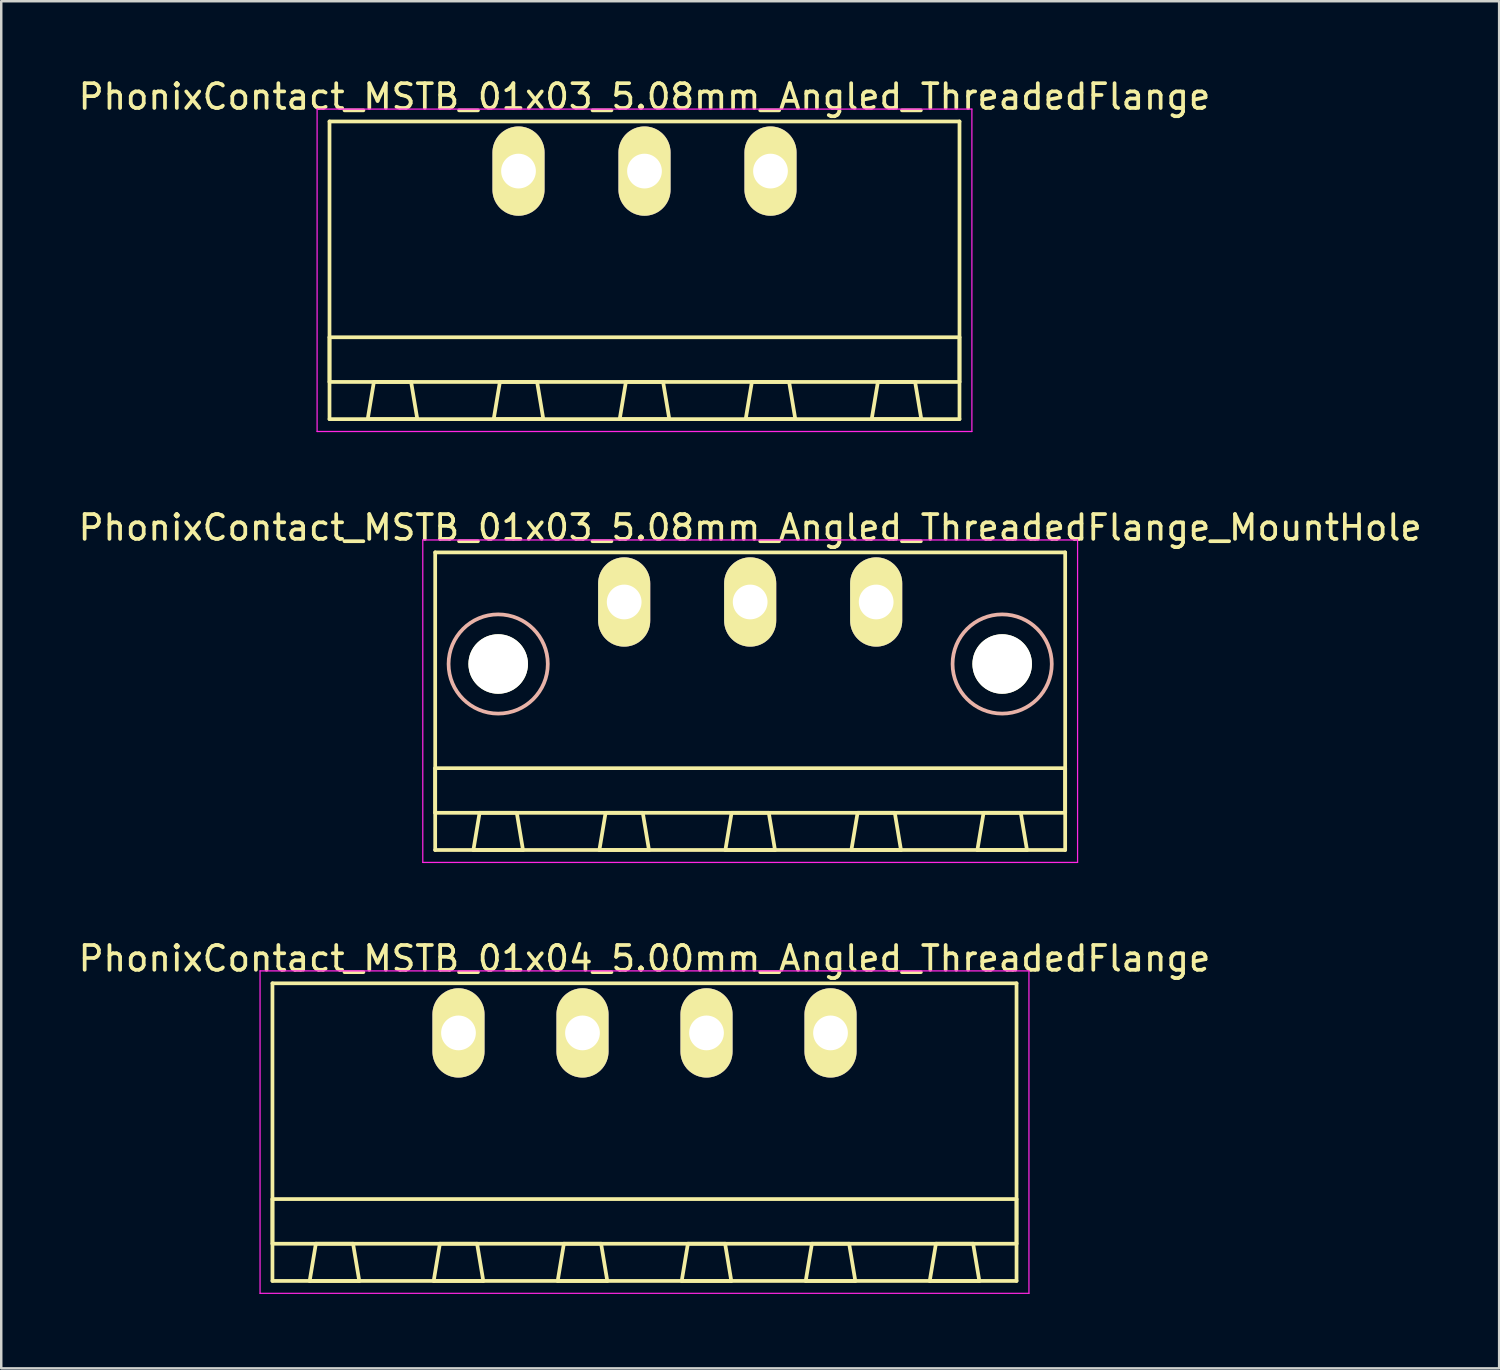
<source format=kicad_pcb>
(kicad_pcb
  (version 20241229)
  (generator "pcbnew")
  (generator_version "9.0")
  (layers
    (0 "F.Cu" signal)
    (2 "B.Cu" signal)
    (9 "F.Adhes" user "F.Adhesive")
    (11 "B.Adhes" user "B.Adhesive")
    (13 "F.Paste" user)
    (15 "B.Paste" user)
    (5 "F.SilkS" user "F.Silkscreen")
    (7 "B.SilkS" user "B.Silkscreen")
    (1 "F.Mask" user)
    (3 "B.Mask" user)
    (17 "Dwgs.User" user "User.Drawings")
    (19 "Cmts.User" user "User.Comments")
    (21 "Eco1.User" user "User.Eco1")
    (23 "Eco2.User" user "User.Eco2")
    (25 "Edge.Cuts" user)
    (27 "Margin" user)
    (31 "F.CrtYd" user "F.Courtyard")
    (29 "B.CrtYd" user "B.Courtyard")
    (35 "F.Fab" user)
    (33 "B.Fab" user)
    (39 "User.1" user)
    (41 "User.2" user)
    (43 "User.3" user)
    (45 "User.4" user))
  (footprint "PhonixContact_MSTB_01x04_5.00mm_Angled_ThreadedFlange"
    (layer "F.Cu")
    (at 15.435 38.595)
    (property "Reference" "PhonixContact_MSTB_01x04_5.00mm_Angled_ThreadedFlange" (at 7.5 -3 0) (layer "F.SilkS") (effects (font (size 1 1) (thickness 0.15))))
    (attr through_hole)
    (fp_line (start -7.5 -2) (end -7.5 10) (stroke (width 0.15) (type solid)) (layer "F.SilkS"))
    (fp_line (start -7.5 6.7) (end 22.5 6.7) (stroke (width 0.15) (type solid)) (layer "F.SilkS"))
    (fp_line (start -7.5 8.5) (end -7.5 6.7) (stroke (width 0.15) (type solid)) (layer "F.SilkS"))
    (fp_line (start -7.5 10) (end 22.5 10) (stroke (width 0.15) (type solid)) (layer "F.SilkS"))
    (fp_line (start -6 10) (end -4 10) (stroke (width 0.15) (type solid)) (layer "F.SilkS"))
    (fp_line (start -5.75 8.5) (end -6 10) (stroke (width 0.15) (type solid)) (layer "F.SilkS"))
    (fp_line (start -4.25 8.5) (end -5.75 8.5) (stroke (width 0.15) (type solid)) (layer "F.SilkS"))
    (fp_line (start -4 10) (end -4.25 8.5) (stroke (width 0.15) (type solid)) (layer "F.SilkS"))
    (fp_line (start -1 10) (end 1 10) (stroke (width 0.15) (type solid)) (layer "F.SilkS"))
    (fp_line (start -0.75 8.5) (end -1 10) (stroke (width 0.15) (type solid)) (layer "F.SilkS"))
    (fp_line (start 0.75 8.5) (end -0.75 8.5) (stroke (width 0.15) (type solid)) (layer "F.SilkS"))
    (fp_line (start 1 10) (end 0.75 8.5) (stroke (width 0.15) (type solid)) (layer "F.SilkS"))
    (fp_line (start 4 10) (end 6 10) (stroke (width 0.15) (type solid)) (layer "F.SilkS"))
    (fp_line (start 4.25 8.5) (end 4 10) (stroke (width 0.15) (type solid)) (layer "F.SilkS"))
    (fp_line (start 5.75 8.5) (end 4.25 8.5) (stroke (width 0.15) (type solid)) (layer "F.SilkS"))
    (fp_line (start 6 10) (end 5.75 8.5) (stroke (width 0.15) (type solid)) (layer "F.SilkS"))
    (fp_line (start 9 10) (end 11 10) (stroke (width 0.15) (type solid)) (layer "F.SilkS"))
    (fp_line (start 9.25 8.5) (end 9 10) (stroke (width 0.15) (type solid)) (layer "F.SilkS"))
    (fp_line (start 10.75 8.5) (end 9.25 8.5) (stroke (width 0.15) (type solid)) (layer "F.SilkS"))
    (fp_line (start 11 10) (end 10.75 8.5) (stroke (width 0.15) (type solid)) (layer "F.SilkS"))
    (fp_line (start 14 10) (end 16 10) (stroke (width 0.15) (type solid)) (layer "F.SilkS"))
    (fp_line (start 14.25 8.5) (end 14 10) (stroke (width 0.15) (type solid)) (layer "F.SilkS"))
    (fp_line (start 15.75 8.5) (end 14.25 8.5) (stroke (width 0.15) (type solid)) (layer "F.SilkS"))
    (fp_line (start 16 10) (end 15.75 8.5) (stroke (width 0.15) (type solid)) (layer "F.SilkS"))
    (fp_line (start 19 10) (end 21 10) (stroke (width 0.15) (type solid)) (layer "F.SilkS"))
    (fp_line (start 19.25 8.5) (end 19 10) (stroke (width 0.15) (type solid)) (layer "F.SilkS"))
    (fp_line (start 20.75 8.5) (end 19.25 8.5) (stroke (width 0.15) (type solid)) (layer "F.SilkS"))
    (fp_line (start 21 10) (end 20.75 8.5) (stroke (width 0.15) (type solid)) (layer "F.SilkS"))
    (fp_line (start 22.5 -2) (end -7.5 -2) (stroke (width 0.15) (type solid)) (layer "F.SilkS"))
    (fp_line (start 22.5 6.7) (end 22.5 8.5) (stroke (width 0.15) (type solid)) (layer "F.SilkS"))
    (fp_line (start 22.5 8.5) (end -7.5 8.5) (stroke (width 0.15) (type solid)) (layer "F.SilkS"))
    (fp_line (start 22.5 10) (end 22.5 -2) (stroke (width 0.15) (type solid)) (layer "F.SilkS"))
    (fp_line (start -8 -2.5) (end -8 10.5) (stroke (width 0.05) (type solid)) (layer "F.CrtYd"))
    (fp_line (start -8 10.5) (end 23 10.5) (stroke (width 0.05) (type solid)) (layer "F.CrtYd"))
    (fp_line (start 23 -2.5) (end -8 -2.5) (stroke (width 0.05) (type solid)) (layer "F.CrtYd"))
    (fp_line (start 23 10.5) (end 23 -2.5) (stroke (width 0.05) (type solid)) (layer "F.CrtYd"))
    (pad "1" thru_hole oval (at 0 0) (size 2.1 3.6) (drill 1.4) (layers "*.Cu" "*.Mask" "F.SilkS"))
    (pad "2" thru_hole oval (at 5 0) (size 2.1 3.6) (drill 1.4) (layers "*.Cu" "*.Mask" "F.SilkS"))
    (pad "3" thru_hole oval (at 10 0) (size 2.1 3.6) (drill 1.4) (layers "*.Cu" "*.Mask" "F.SilkS"))
    (pad "4" thru_hole oval (at 15 0) (size 2.1 3.6) (drill 1.4) (layers "*.Cu" "*.Mask" "F.SilkS")))
  (footprint "PhonixContact_MSTB_01x03_5.08mm_Angled_ThreadedFlange_MountHole"
    (layer "F.Cu")
    (at 22.116 21.221)
    (property "Reference" "PhonixContact_MSTB_01x03_5.08mm_Angled_ThreadedFlange_MountHole" (at 5.08 -3 0) (layer "F.SilkS") (effects (font (size 1 1) (thickness 0.15))))
    (attr through_hole)
    (fp_line (start -7.62 -2) (end -7.62 10) (stroke (width 0.15) (type solid)) (layer "F.SilkS"))
    (fp_line (start -7.62 6.7) (end 17.78 6.7) (stroke (width 0.15) (type solid)) (layer "F.SilkS"))
    (fp_line (start -7.62 8.5) (end -7.62 6.7) (stroke (width 0.15) (type solid)) (layer "F.SilkS"))
    (fp_line (start -7.62 10) (end 17.78 10) (stroke (width 0.15) (type solid)) (layer "F.SilkS"))
    (fp_line (start -6.08 10) (end -4.08 10) (stroke (width 0.15) (type solid)) (layer "F.SilkS"))
    (fp_line (start -5.83 8.5) (end -6.08 10) (stroke (width 0.15) (type solid)) (layer "F.SilkS"))
    (fp_line (start -4.33 8.5) (end -5.83 8.5) (stroke (width 0.15) (type solid)) (layer "F.SilkS"))
    (fp_line (start -4.08 10) (end -4.33 8.5) (stroke (width 0.15) (type solid)) (layer "F.SilkS"))
    (fp_line (start -1 10) (end 1 10) (stroke (width 0.15) (type solid)) (layer "F.SilkS"))
    (fp_line (start -0.75 8.5) (end -1 10) (stroke (width 0.15) (type solid)) (layer "F.SilkS"))
    (fp_line (start 0.75 8.5) (end -0.75 8.5) (stroke (width 0.15) (type solid)) (layer "F.SilkS"))
    (fp_line (start 1 10) (end 0.75 8.5) (stroke (width 0.15) (type solid)) (layer "F.SilkS"))
    (fp_line (start 4.08 10) (end 6.08 10) (stroke (width 0.15) (type solid)) (layer "F.SilkS"))
    (fp_line (start 4.33 8.5) (end 4.08 10) (stroke (width 0.15) (type solid)) (layer "F.SilkS"))
    (fp_line (start 5.83 8.5) (end 4.33 8.5) (stroke (width 0.15) (type solid)) (layer "F.SilkS"))
    (fp_line (start 6.08 10) (end 5.83 8.5) (stroke (width 0.15) (type solid)) (layer "F.SilkS"))
    (fp_line (start 9.16 10) (end 11.16 10) (stroke (width 0.15) (type solid)) (layer "F.SilkS"))
    (fp_line (start 9.41 8.5) (end 9.16 10) (stroke (width 0.15) (type solid)) (layer "F.SilkS"))
    (fp_line (start 10.91 8.5) (end 9.41 8.5) (stroke (width 0.15) (type solid)) (layer "F.SilkS"))
    (fp_line (start 11.16 10) (end 10.91 8.5) (stroke (width 0.15) (type solid)) (layer "F.SilkS"))
    (fp_line (start 14.24 10) (end 16.24 10) (stroke (width 0.15) (type solid)) (layer "F.SilkS"))
    (fp_line (start 14.49 8.5) (end 14.24 10) (stroke (width 0.15) (type solid)) (layer "F.SilkS"))
    (fp_line (start 15.99 8.5) (end 14.49 8.5) (stroke (width 0.15) (type solid)) (layer "F.SilkS"))
    (fp_line (start 16.24 10) (end 15.99 8.5) (stroke (width 0.15) (type solid)) (layer "F.SilkS"))
    (fp_line (start 17.78 -2) (end -7.62 -2) (stroke (width 0.15) (type solid)) (layer "F.SilkS"))
    (fp_line (start 17.78 6.7) (end 17.78 8.5) (stroke (width 0.15) (type solid)) (layer "F.SilkS"))
    (fp_line (start 17.78 8.5) (end -7.62 8.5) (stroke (width 0.15) (type solid)) (layer "F.SilkS"))
    (fp_line (start 17.78 10) (end 17.78 -2) (stroke (width 0.15) (type solid)) (layer "F.SilkS"))
    (fp_circle (center -5.08 2.5) (end -3.08 2.5) (stroke (width 0.15) (type solid)) (fill no) (layer "B.SilkS"))
    (fp_circle (center 15.24 2.5) (end 17.24 2.5) (stroke (width 0.15) (type solid)) (fill no) (layer "B.SilkS"))
    (fp_line (start -8.12 -2.5) (end -8.12 10.5) (stroke (width 0.05) (type solid)) (layer "F.CrtYd"))
    (fp_line (start -8.12 10.5) (end 18.28 10.5) (stroke (width 0.05) (type solid)) (layer "F.CrtYd"))
    (fp_line (start 18.28 -2.5) (end -8.12 -2.5) (stroke (width 0.05) (type solid)) (layer "F.CrtYd"))
    (fp_line (start 18.28 10.5) (end 18.28 -2.5) (stroke (width 0.05) (type solid)) (layer "F.CrtYd"))
    (pad "" np_thru_hole circle (at -5.08 2.5) (size 2.4 2.4) (drill 2.4) (layers "*.Cu" "*.Mask" "F.SilkS"))
    (pad "" np_thru_hole circle (at 15.24 2.5) (size 2.4 2.4) (drill 2.4) (layers "*.Cu" "*.Mask" "F.SilkS"))
    (pad "1" thru_hole oval (at 0 0) (size 2.1 3.6) (drill 1.4) (layers "*.Cu" "*.Mask" "F.SilkS"))
    (pad "2" thru_hole oval (at 5.08 0) (size 2.1 3.6) (drill 1.4) (layers "*.Cu" "*.Mask" "F.SilkS"))
    (pad "3" thru_hole oval (at 10.16 0) (size 2.1 3.6) (drill 1.4) (layers "*.Cu" "*.Mask" "F.SilkS")))
  (footprint "PhonixContact_MSTB_01x03_5.08mm_Angled_ThreadedFlange"
    (layer "F.Cu")
    (at 17.855 3.848)
    (property "Reference" "PhonixContact_MSTB_01x03_5.08mm_Angled_ThreadedFlange" (at 5.08 -3 0) (layer "F.SilkS") (effects (font (size 1 1) (thickness 0.15))))
    (attr through_hole)
    (fp_line (start -7.62 -2) (end -7.62 10) (stroke (width 0.15) (type solid)) (layer "F.SilkS"))
    (fp_line (start -7.62 6.7) (end 17.78 6.7) (stroke (width 0.15) (type solid)) (layer "F.SilkS"))
    (fp_line (start -7.62 8.5) (end -7.62 6.7) (stroke (width 0.15) (type solid)) (layer "F.SilkS"))
    (fp_line (start -7.62 10) (end 17.78 10) (stroke (width 0.15) (type solid)) (layer "F.SilkS"))
    (fp_line (start -6.08 10) (end -4.08 10) (stroke (width 0.15) (type solid)) (layer "F.SilkS"))
    (fp_line (start -5.83 8.5) (end -6.08 10) (stroke (width 0.15) (type solid)) (layer "F.SilkS"))
    (fp_line (start -4.33 8.5) (end -5.83 8.5) (stroke (width 0.15) (type solid)) (layer "F.SilkS"))
    (fp_line (start -4.08 10) (end -4.33 8.5) (stroke (width 0.15) (type solid)) (layer "F.SilkS"))
    (fp_line (start -1 10) (end 1 10) (stroke (width 0.15) (type solid)) (layer "F.SilkS"))
    (fp_line (start -0.75 8.5) (end -1 10) (stroke (width 0.15) (type solid)) (layer "F.SilkS"))
    (fp_line (start 0.75 8.5) (end -0.75 8.5) (stroke (width 0.15) (type solid)) (layer "F.SilkS"))
    (fp_line (start 1 10) (end 0.75 8.5) (stroke (width 0.15) (type solid)) (layer "F.SilkS"))
    (fp_line (start 4.08 10) (end 6.08 10) (stroke (width 0.15) (type solid)) (layer "F.SilkS"))
    (fp_line (start 4.33 8.5) (end 4.08 10) (stroke (width 0.15) (type solid)) (layer "F.SilkS"))
    (fp_line (start 5.83 8.5) (end 4.33 8.5) (stroke (width 0.15) (type solid)) (layer "F.SilkS"))
    (fp_line (start 6.08 10) (end 5.83 8.5) (stroke (width 0.15) (type solid)) (layer "F.SilkS"))
    (fp_line (start 9.16 10) (end 11.16 10) (stroke (width 0.15) (type solid)) (layer "F.SilkS"))
    (fp_line (start 9.41 8.5) (end 9.16 10) (stroke (width 0.15) (type solid)) (layer "F.SilkS"))
    (fp_line (start 10.91 8.5) (end 9.41 8.5) (stroke (width 0.15) (type solid)) (layer "F.SilkS"))
    (fp_line (start 11.16 10) (end 10.91 8.5) (stroke (width 0.15) (type solid)) (layer "F.SilkS"))
    (fp_line (start 14.24 10) (end 16.24 10) (stroke (width 0.15) (type solid)) (layer "F.SilkS"))
    (fp_line (start 14.49 8.5) (end 14.24 10) (stroke (width 0.15) (type solid)) (layer "F.SilkS"))
    (fp_line (start 15.99 8.5) (end 14.49 8.5) (stroke (width 0.15) (type solid)) (layer "F.SilkS"))
    (fp_line (start 16.24 10) (end 15.99 8.5) (stroke (width 0.15) (type solid)) (layer "F.SilkS"))
    (fp_line (start 17.78 -2) (end -7.62 -2) (stroke (width 0.15) (type solid)) (layer "F.SilkS"))
    (fp_line (start 17.78 6.7) (end 17.78 8.5) (stroke (width 0.15) (type solid)) (layer "F.SilkS"))
    (fp_line (start 17.78 8.5) (end -7.62 8.5) (stroke (width 0.15) (type solid)) (layer "F.SilkS"))
    (fp_line (start 17.78 10) (end 17.78 -2) (stroke (width 0.15) (type solid)) (layer "F.SilkS"))
    (fp_line (start -8.12 -2.5) (end -8.12 10.5) (stroke (width 0.05) (type solid)) (layer "F.CrtYd"))
    (fp_line (start -8.12 10.5) (end 18.28 10.5) (stroke (width 0.05) (type solid)) (layer "F.CrtYd"))
    (fp_line (start 18.28 -2.5) (end -8.12 -2.5) (stroke (width 0.05) (type solid)) (layer "F.CrtYd"))
    (fp_line (start 18.28 10.5) (end 18.28 -2.5) (stroke (width 0.05) (type solid)) (layer "F.CrtYd"))
    (pad "1" thru_hole oval (at 0 0) (size 2.1 3.6) (drill 1.4) (layers "*.Cu" "*.Mask" "F.SilkS"))
    (pad "2" thru_hole oval (at 5.08 0) (size 2.1 3.6) (drill 1.4) (layers "*.Cu" "*.Mask" "F.SilkS"))
    (pad "3" thru_hole oval (at 10.16 0) (size 2.1 3.6) (drill 1.4) (layers "*.Cu" "*.Mask" "F.SilkS")))
  (gr_rect
    (start -3 -3)
    (end 57.393 52.12)
    (stroke (width 0.1) (type default))
    (fill no)
    (layer "Edge.Cuts")))
</source>
